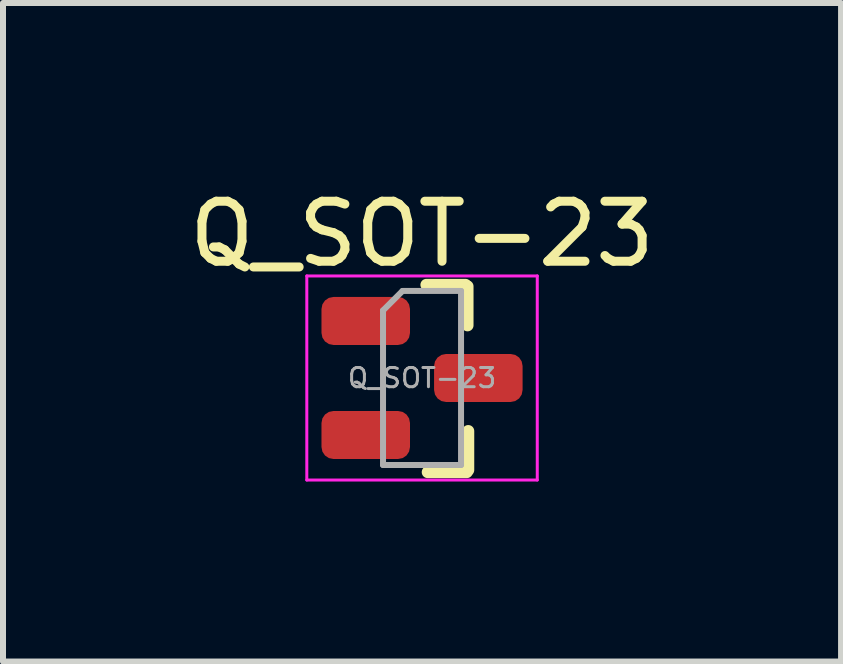
<source format=kicad_pcb>
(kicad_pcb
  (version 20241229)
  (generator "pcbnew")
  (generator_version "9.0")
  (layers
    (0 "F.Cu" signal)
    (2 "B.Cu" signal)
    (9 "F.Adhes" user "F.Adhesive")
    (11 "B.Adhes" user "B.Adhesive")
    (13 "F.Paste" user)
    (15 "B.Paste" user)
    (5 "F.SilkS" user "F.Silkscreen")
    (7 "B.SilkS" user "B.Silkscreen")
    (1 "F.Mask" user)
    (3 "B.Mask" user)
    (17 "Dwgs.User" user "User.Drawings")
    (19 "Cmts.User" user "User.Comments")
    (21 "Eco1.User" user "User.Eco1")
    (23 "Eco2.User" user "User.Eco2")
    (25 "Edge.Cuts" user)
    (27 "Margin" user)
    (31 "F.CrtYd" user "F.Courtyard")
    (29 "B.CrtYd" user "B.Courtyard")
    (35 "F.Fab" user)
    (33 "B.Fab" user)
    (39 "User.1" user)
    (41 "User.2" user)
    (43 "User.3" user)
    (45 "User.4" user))
  (footprint "Q_SOT-23"
    (layer "F.Cu")
    (at 3.982 3.248)
    (property "Reference" "Q_SOT-23" (at 0 -2.4 0) (layer "F.SilkS") (effects (font (size 1 1) (thickness 0.15))))
    (attr smd)
    (fp_line (start 0.073 -1.552) (end 0.723 -1.552) (stroke (width 0.2) (type solid)) (layer "F.SilkS"))
    (fp_line (start 0.095 1.569) (end 0.745 1.569) (stroke (width 0.2) (type solid)) (layer "F.SilkS"))
    (fp_line (start 0.758 -0.877) (end 0.758 -1.527) (stroke (width 0.2) (type solid)) (layer "F.SilkS"))
    (fp_line (start 0.77 0.884) (end 0.77 1.534) (stroke (width 0.2) (type solid)) (layer "F.SilkS"))
    (fp_line (start -1.92 -1.7) (end -1.92 1.7) (stroke (width 0.05) (type solid)) (layer "F.CrtYd"))
    (fp_line (start -1.92 1.7) (end 1.92 1.7) (stroke (width 0.05) (type solid)) (layer "F.CrtYd"))
    (fp_line (start 1.92 -1.7) (end -1.92 -1.7) (stroke (width 0.05) (type solid)) (layer "F.CrtYd"))
    (fp_line (start 1.92 1.7) (end 1.92 -1.7) (stroke (width 0.05) (type solid)) (layer "F.CrtYd"))
    (fp_line (start -0.65 -1.125) (end -0.325 -1.45) (stroke (width 0.1) (type solid)) (layer "F.Fab"))
    (fp_line (start -0.65 1.45) (end -0.65 -1.125) (stroke (width 0.1) (type solid)) (layer "F.Fab"))
    (fp_line (start -0.325 -1.45) (end 0.65 -1.45) (stroke (width 0.1) (type solid)) (layer "F.Fab"))
    (fp_line (start 0.65 -1.45) (end 0.65 1.45) (stroke (width 0.1) (type solid)) (layer "F.Fab"))
    (fp_line (start 0.65 1.45) (end -0.65 1.45) (stroke (width 0.1) (type solid)) (layer "F.Fab"))
    (fp_text user "${REFERENCE}" (at 0 0 0) (layer "F.Fab") (effects (font (size 0.32 0.32) (thickness 0.05))))
    (pad "1" smd roundrect (at -0.938 -0.95) (size 1.475 0.8) (layers "F.Cu" "F.Mask" "F.Paste") (roundrect_rratio 0.25))
    (pad "2" smd roundrect (at -0.938 0.95) (size 1.475 0.8) (layers "F.Cu" "F.Mask" "F.Paste") (roundrect_rratio 0.25))
    (pad "3" smd roundrect (at 0.938 0) (size 1.475 0.8) (layers "F.Cu" "F.Mask" "F.Paste") (roundrect_rratio 0.25)))
  (gr_rect
    (start -3 -3)
    (end 10.964 7.973)
    (stroke (width 0.1) (type default))
    (fill no)
    (layer "Edge.Cuts")))
</source>
